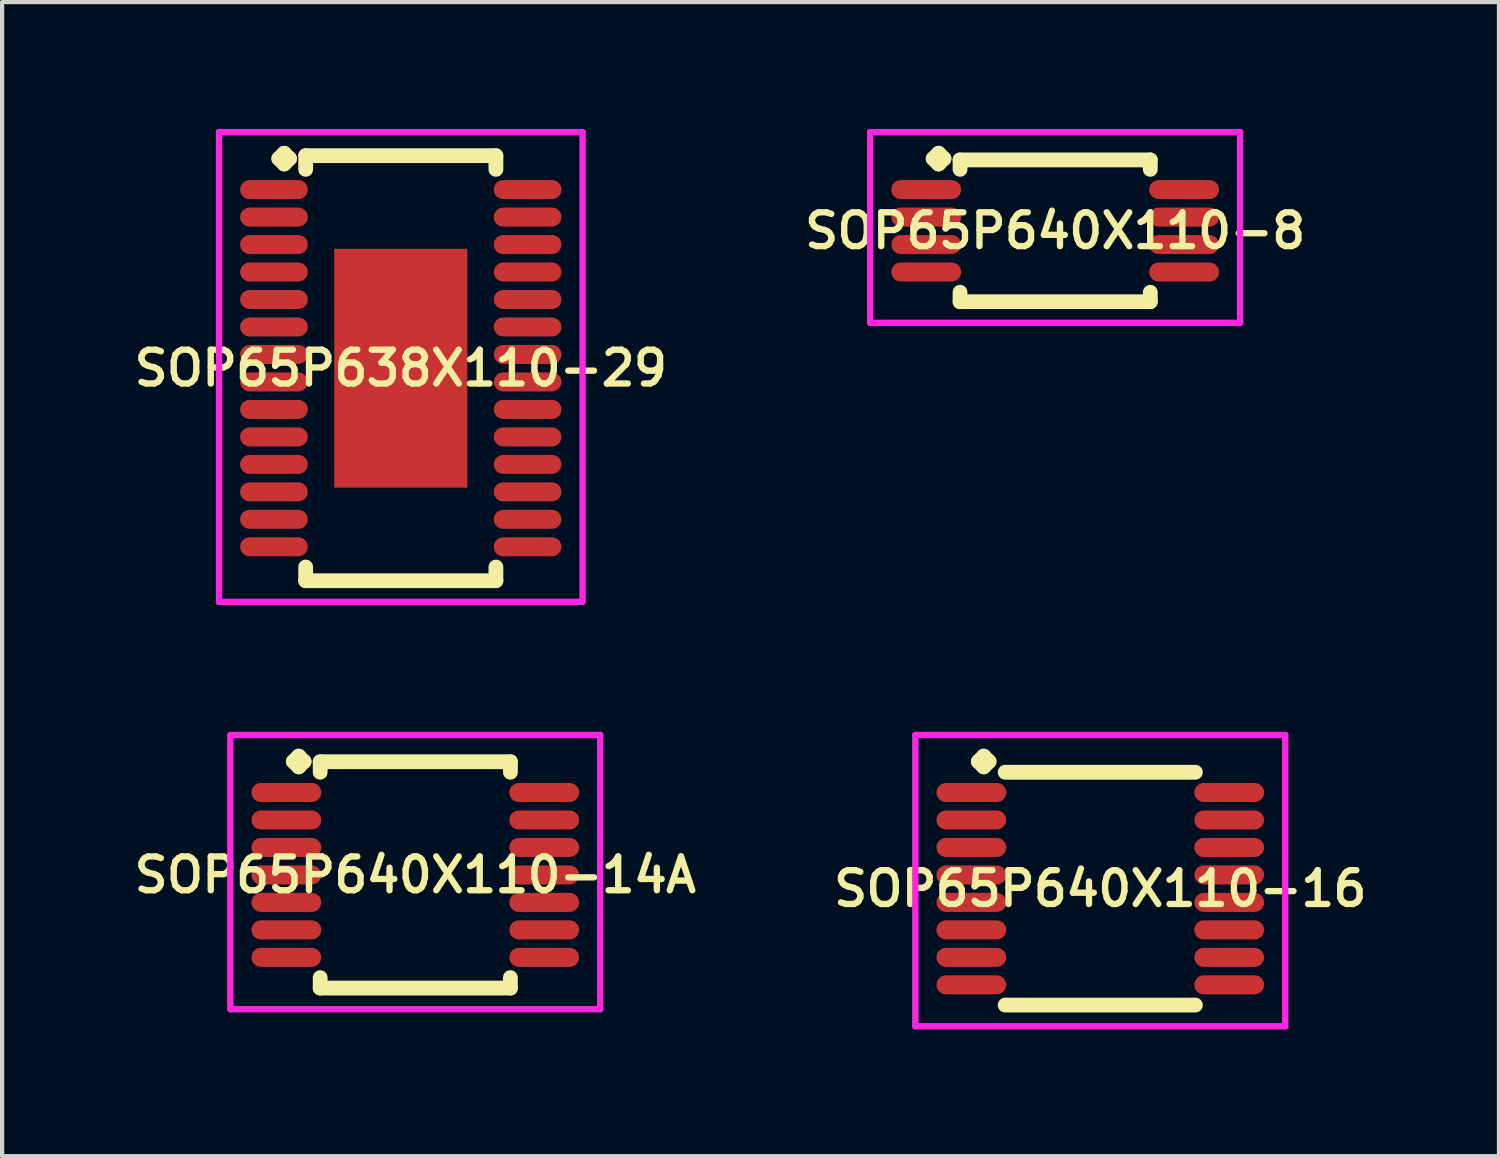
<source format=kicad_pcb>
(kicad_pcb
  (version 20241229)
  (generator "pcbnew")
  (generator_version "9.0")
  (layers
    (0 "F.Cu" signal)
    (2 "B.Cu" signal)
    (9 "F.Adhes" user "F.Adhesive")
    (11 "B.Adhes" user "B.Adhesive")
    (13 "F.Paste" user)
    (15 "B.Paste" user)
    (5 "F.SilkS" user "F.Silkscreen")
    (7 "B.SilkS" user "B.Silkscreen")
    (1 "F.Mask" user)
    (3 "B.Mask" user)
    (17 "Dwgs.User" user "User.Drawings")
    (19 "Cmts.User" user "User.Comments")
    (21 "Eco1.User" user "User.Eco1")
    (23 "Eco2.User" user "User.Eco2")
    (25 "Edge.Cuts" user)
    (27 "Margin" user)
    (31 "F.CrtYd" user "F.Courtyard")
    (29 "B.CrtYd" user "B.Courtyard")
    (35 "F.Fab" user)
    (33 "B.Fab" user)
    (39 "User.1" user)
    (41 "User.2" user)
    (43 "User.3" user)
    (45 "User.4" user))
  (footprint "SOP65P640X110-16"
    (layer "F.Cu")
    (at 22.978 17.972)
    (property "Reference" "SOP65P640X110-16" (at 0 0 0) (layer "F.SilkS") (effects (font (size 0.8 0.8) (thickness 0.15))))
    (attr smd)
    (fp_line (start -2.885 -3.008) (end -2.758 -3.135) (stroke (width 0.35) (type solid)) (layer "F.SilkS"))
    (fp_line (start -2.758 -3.135) (end -2.631 -3.008) (stroke (width 0.35) (type solid)) (layer "F.SilkS"))
    (fp_line (start -2.758 -2.881) (end -2.885 -3.008) (stroke (width 0.35) (type solid)) (layer "F.SilkS"))
    (fp_line (start -2.631 -3.008) (end -2.758 -2.881) (stroke (width 0.35) (type solid)) (layer "F.SilkS"))
    (fp_line (start -2.25 -2.754) (end 2.25 -2.754) (stroke (width 0.35) (type solid)) (layer "F.SilkS"))
    (fp_line (start -2.25 2.754) (end 2.25 2.754) (stroke (width 0.35) (type solid)) (layer "F.SilkS"))
    (fp_line (start -4.375 -3.635) (end 4.375 -3.635) (stroke (width 0.15) (type solid)) (layer "F.CrtYd"))
    (fp_line (start -4.375 3.254) (end -4.375 -3.635) (stroke (width 0.15) (type solid)) (layer "F.CrtYd"))
    (fp_line (start 4.375 -3.635) (end 4.375 3.254) (stroke (width 0.15) (type solid)) (layer "F.CrtYd"))
    (fp_line (start 4.375 3.254) (end -4.375 3.254) (stroke (width 0.15) (type solid)) (layer "F.CrtYd"))
    (pad "1" smd oval (at -3.05 -2.275) (size 1.65 0.45) (layers "F.Cu" "F.Mask" "F.Paste"))
    (pad "2" smd oval (at -3.05 -1.625) (size 1.65 0.45) (layers "F.Cu" "F.Mask" "F.Paste"))
    (pad "3" smd oval (at -3.05 -0.975) (size 1.65 0.45) (layers "F.Cu" "F.Mask" "F.Paste"))
    (pad "4" smd oval (at -3.05 -0.325) (size 1.65 0.45) (layers "F.Cu" "F.Mask" "F.Paste"))
    (pad "5" smd oval (at -3.05 0.325) (size 1.65 0.45) (layers "F.Cu" "F.Mask" "F.Paste"))
    (pad "6" smd oval (at -3.05 0.975) (size 1.65 0.45) (layers "F.Cu" "F.Mask" "F.Paste"))
    (pad "7" smd oval (at -3.05 1.625) (size 1.65 0.45) (layers "F.Cu" "F.Mask" "F.Paste"))
    (pad "8" smd oval (at -3.05 2.275) (size 1.65 0.45) (layers "F.Cu" "F.Mask" "F.Paste"))
    (pad "9" smd oval (at 3.05 2.275) (size 1.65 0.45) (layers "F.Cu" "F.Mask" "F.Paste"))
    (pad "10" smd oval (at 3.05 1.625) (size 1.65 0.45) (layers "F.Cu" "F.Mask" "F.Paste"))
    (pad "11" smd oval (at 3.05 0.975) (size 1.65 0.45) (layers "F.Cu" "F.Mask" "F.Paste"))
    (pad "12" smd oval (at 3.05 0.325) (size 1.65 0.45) (layers "F.Cu" "F.Mask" "F.Paste"))
    (pad "13" smd oval (at 3.05 -0.325) (size 1.65 0.45) (layers "F.Cu" "F.Mask" "F.Paste"))
    (pad "14" smd oval (at 3.05 -0.975) (size 1.65 0.45) (layers "F.Cu" "F.Mask" "F.Paste"))
    (pad "15" smd oval (at 3.05 -1.625) (size 1.65 0.45) (layers "F.Cu" "F.Mask" "F.Paste"))
    (pad "16" smd oval (at 3.05 -2.275) (size 1.65 0.45) (layers "F.Cu" "F.Mask" "F.Paste")))
  (footprint "SOP65P640X110-14A"
    (layer "F.Cu")
    (at 6.774 17.647)
    (property "Reference" "SOP65P640X110-14A" (at 0 0 0) (layer "F.SilkS") (effects (font (size 0.8 0.8) (thickness 0.15))))
    (attr smd)
    (fp_line (start -2.885 -2.683) (end -2.758 -2.81) (stroke (width 0.35) (type solid)) (layer "F.SilkS"))
    (fp_line (start -2.758 -2.81) (end -2.631 -2.683) (stroke (width 0.35) (type solid)) (layer "F.SilkS"))
    (fp_line (start -2.758 -2.556) (end -2.885 -2.683) (stroke (width 0.35) (type solid)) (layer "F.SilkS"))
    (fp_line (start -2.631 -2.683) (end -2.758 -2.556) (stroke (width 0.35) (type solid)) (layer "F.SilkS"))
    (fp_line (start -2.25 -2.677) (end 2.25 -2.677) (stroke (width 0.35) (type solid)) (layer "F.SilkS"))
    (fp_line (start -2.25 -2.429) (end -2.25 -2.677) (stroke (width 0.35) (type solid)) (layer "F.SilkS"))
    (fp_line (start -2.25 2.429) (end -2.25 2.677) (stroke (width 0.35) (type solid)) (layer "F.SilkS"))
    (fp_line (start -2.25 2.677) (end 2.25 2.677) (stroke (width 0.35) (type solid)) (layer "F.SilkS"))
    (fp_line (start 2.25 -2.677) (end 2.25 -2.429) (stroke (width 0.35) (type solid)) (layer "F.SilkS"))
    (fp_line (start 2.25 2.677) (end 2.25 2.429) (stroke (width 0.35) (type solid)) (layer "F.SilkS"))
    (fp_line (start -4.375 -3.31) (end 4.375 -3.31) (stroke (width 0.15) (type solid)) (layer "F.CrtYd"))
    (fp_line (start -4.375 3.177) (end -4.375 -3.31) (stroke (width 0.15) (type solid)) (layer "F.CrtYd"))
    (fp_line (start 4.375 -3.31) (end 4.375 3.177) (stroke (width 0.15) (type solid)) (layer "F.CrtYd"))
    (fp_line (start 4.375 3.177) (end -4.375 3.177) (stroke (width 0.15) (type solid)) (layer "F.CrtYd"))
    (pad "1" smd oval (at -3.05 -1.95) (size 1.65 0.45) (layers "F.Cu" "F.Mask" "F.Paste"))
    (pad "2" smd oval (at -3.05 -1.3) (size 1.65 0.45) (layers "F.Cu" "F.Mask" "F.Paste"))
    (pad "3" smd oval (at -3.05 -0.65) (size 1.65 0.45) (layers "F.Cu" "F.Mask" "F.Paste"))
    (pad "4" smd oval (at -3.05 0) (size 1.65 0.45) (layers "F.Cu" "F.Mask" "F.Paste"))
    (pad "5" smd oval (at -3.05 0.65) (size 1.65 0.45) (layers "F.Cu" "F.Mask" "F.Paste"))
    (pad "6" smd oval (at -3.05 1.3) (size 1.65 0.45) (layers "F.Cu" "F.Mask" "F.Paste"))
    (pad "7" smd oval (at -3.05 1.95) (size 1.65 0.45) (layers "F.Cu" "F.Mask" "F.Paste"))
    (pad "8" smd oval (at 3.05 1.95) (size 1.65 0.45) (layers "F.Cu" "F.Mask" "F.Paste"))
    (pad "9" smd oval (at 3.05 1.3) (size 1.65 0.45) (layers "F.Cu" "F.Mask" "F.Paste"))
    (pad "10" smd oval (at 3.05 0.65) (size 1.65 0.45) (layers "F.Cu" "F.Mask" "F.Paste"))
    (pad "11" smd oval (at 3.05 0) (size 1.65 0.45) (layers "F.Cu" "F.Mask" "F.Paste"))
    (pad "12" smd oval (at 3.05 -0.65) (size 1.65 0.45) (layers "F.Cu" "F.Mask" "F.Paste"))
    (pad "13" smd oval (at 3.05 -1.3) (size 1.65 0.45) (layers "F.Cu" "F.Mask" "F.Paste"))
    (pad "14" smd oval (at 3.05 -1.95) (size 1.65 0.45) (layers "F.Cu" "F.Mask" "F.Paste")))
  (footprint "SOP65P638X110-29"
    (layer "F.Cu")
    (at 6.431 5.66)
    (property "Reference" "SOP65P638X110-29" (at 0 0 0) (layer "F.SilkS") (effects (font (size 0.8 0.8) (thickness 0.15))))
    (attr smd)
    (fp_line (start -2.885 -4.958) (end -2.758 -5.085) (stroke (width 0.35) (type solid)) (layer "F.SilkS"))
    (fp_line (start -2.758 -5.085) (end -2.631 -4.958) (stroke (width 0.35) (type solid)) (layer "F.SilkS"))
    (fp_line (start -2.758 -4.831) (end -2.885 -4.958) (stroke (width 0.35) (type solid)) (layer "F.SilkS"))
    (fp_line (start -2.631 -4.958) (end -2.758 -4.831) (stroke (width 0.35) (type solid)) (layer "F.SilkS"))
    (fp_line (start -2.25 -5.027) (end 2.25 -5.027) (stroke (width 0.35) (type solid)) (layer "F.SilkS"))
    (fp_line (start -2.25 -4.704) (end -2.25 -5.027) (stroke (width 0.35) (type solid)) (layer "F.SilkS"))
    (fp_line (start -2.25 4.704) (end -2.25 5.027) (stroke (width 0.35) (type solid)) (layer "F.SilkS"))
    (fp_line (start -2.25 5.027) (end 2.25 5.027) (stroke (width 0.35) (type solid)) (layer "F.SilkS"))
    (fp_line (start 2.25 -5.027) (end 2.25 -4.704) (stroke (width 0.35) (type solid)) (layer "F.SilkS"))
    (fp_line (start 2.25 5.027) (end 2.25 4.704) (stroke (width 0.35) (type solid)) (layer "F.SilkS"))
    (fp_line (start -4.3 -5.585) (end 4.3 -5.585) (stroke (width 0.15) (type solid)) (layer "F.CrtYd"))
    (fp_line (start -4.3 5.527) (end -4.3 -5.585) (stroke (width 0.15) (type solid)) (layer "F.CrtYd"))
    (fp_line (start 4.3 -5.585) (end 4.3 5.527) (stroke (width 0.15) (type solid)) (layer "F.CrtYd"))
    (fp_line (start 4.3 5.527) (end -4.3 5.527) (stroke (width 0.15) (type solid)) (layer "F.CrtYd"))
    (pad "1" smd oval (at -3 -4.225) (size 1.6 0.45) (layers "F.Cu" "F.Mask" "F.Paste"))
    (pad "2" smd oval (at -3 -3.575) (size 1.6 0.45) (layers "F.Cu" "F.Mask" "F.Paste"))
    (pad "3" smd oval (at -3 -2.925) (size 1.6 0.45) (layers "F.Cu" "F.Mask" "F.Paste"))
    (pad "4" smd oval (at -3 -2.275) (size 1.6 0.45) (layers "F.Cu" "F.Mask" "F.Paste"))
    (pad "5" smd oval (at -3 -1.625) (size 1.6 0.45) (layers "F.Cu" "F.Mask" "F.Paste"))
    (pad "6" smd oval (at -3 -0.975) (size 1.6 0.45) (layers "F.Cu" "F.Mask" "F.Paste"))
    (pad "7" smd oval (at -3 -0.325) (size 1.6 0.45) (layers "F.Cu" "F.Mask" "F.Paste"))
    (pad "8" smd oval (at -3 0.325) (size 1.6 0.45) (layers "F.Cu" "F.Mask" "F.Paste"))
    (pad "9" smd oval (at -3 0.975) (size 1.6 0.45) (layers "F.Cu" "F.Mask" "F.Paste"))
    (pad "10" smd oval (at -3 1.625) (size 1.6 0.45) (layers "F.Cu" "F.Mask" "F.Paste"))
    (pad "11" smd oval (at -3 2.275) (size 1.6 0.45) (layers "F.Cu" "F.Mask" "F.Paste"))
    (pad "12" smd oval (at -3 2.925) (size 1.6 0.45) (layers "F.Cu" "F.Mask" "F.Paste"))
    (pad "13" smd oval (at -3 3.575) (size 1.6 0.45) (layers "F.Cu" "F.Mask" "F.Paste"))
    (pad "14" smd oval (at -3 4.225) (size 1.6 0.45) (layers "F.Cu" "F.Mask" "F.Paste"))
    (pad "15" smd oval (at 3 4.225) (size 1.6 0.45) (layers "F.Cu" "F.Mask" "F.Paste"))
    (pad "16" smd oval (at 3 3.575) (size 1.6 0.45) (layers "F.Cu" "F.Mask" "F.Paste"))
    (pad "17" smd oval (at 3 2.925) (size 1.6 0.45) (layers "F.Cu" "F.Mask" "F.Paste"))
    (pad "18" smd oval (at 3 2.275) (size 1.6 0.45) (layers "F.Cu" "F.Mask" "F.Paste"))
    (pad "19" smd oval (at 3 1.625) (size 1.6 0.45) (layers "F.Cu" "F.Mask" "F.Paste"))
    (pad "20" smd oval (at 3 0.975) (size 1.6 0.45) (layers "F.Cu" "F.Mask" "F.Paste"))
    (pad "21" smd oval (at 3 0.325) (size 1.6 0.45) (layers "F.Cu" "F.Mask" "F.Paste"))
    (pad "22" smd oval (at 3 -0.325) (size 1.6 0.45) (layers "F.Cu" "F.Mask" "F.Paste"))
    (pad "23" smd oval (at 3 -0.975) (size 1.6 0.45) (layers "F.Cu" "F.Mask" "F.Paste"))
    (pad "24" smd oval (at 3 -1.625) (size 1.6 0.45) (layers "F.Cu" "F.Mask" "F.Paste"))
    (pad "25" smd oval (at 3 -2.275) (size 1.6 0.45) (layers "F.Cu" "F.Mask" "F.Paste"))
    (pad "26" smd oval (at 3 -2.925) (size 1.6 0.45) (layers "F.Cu" "F.Mask" "F.Paste"))
    (pad "27" smd oval (at 3 -3.575) (size 1.6 0.45) (layers "F.Cu" "F.Mask" "F.Paste"))
    (pad "28" smd oval (at 3 -4.225) (size 1.6 0.45) (layers "F.Cu" "F.Mask" "F.Paste"))
    (pad "29" smd rect (at 0 0) (size 3.15 5.65) (layers "F.Cu" "F.Mask" "F.Paste")))
  (footprint "SOP65P640X110-8"
    (layer "F.Cu")
    (at 21.911 2.41)
    (property "Reference" "SOP65P640X110-8" (at 0 0 0) (layer "F.SilkS") (effects (font (size 0.8 0.8) (thickness 0.15))))
    (attr smd)
    (fp_line (start -2.885 -1.708) (end -2.758 -1.835) (stroke (width 0.35) (type solid)) (layer "F.SilkS"))
    (fp_line (start -2.758 -1.835) (end -2.631 -1.708) (stroke (width 0.35) (type solid)) (layer "F.SilkS"))
    (fp_line (start -2.758 -1.581) (end -2.885 -1.708) (stroke (width 0.35) (type solid)) (layer "F.SilkS"))
    (fp_line (start -2.631 -1.708) (end -2.758 -1.581) (stroke (width 0.35) (type solid)) (layer "F.SilkS"))
    (fp_line (start -2.25 -1.677) (end 2.25 -1.677) (stroke (width 0.35) (type solid)) (layer "F.SilkS"))
    (fp_line (start -2.25 -1.454) (end -2.25 -1.677) (stroke (width 0.35) (type solid)) (layer "F.SilkS"))
    (fp_line (start -2.25 1.454) (end -2.25 1.677) (stroke (width 0.35) (type solid)) (layer "F.SilkS"))
    (fp_line (start -2.25 1.677) (end 2.25 1.677) (stroke (width 0.35) (type solid)) (layer "F.SilkS"))
    (fp_line (start 2.25 -1.677) (end 2.25 -1.454) (stroke (width 0.35) (type solid)) (layer "F.SilkS"))
    (fp_line (start 2.25 1.677) (end 2.25 1.454) (stroke (width 0.35) (type solid)) (layer "F.SilkS"))
    (fp_line (start -4.375 -2.335) (end 4.375 -2.335) (stroke (width 0.15) (type solid)) (layer "F.CrtYd"))
    (fp_line (start -4.375 2.177) (end -4.375 -2.335) (stroke (width 0.15) (type solid)) (layer "F.CrtYd"))
    (fp_line (start 4.375 -2.335) (end 4.375 2.177) (stroke (width 0.15) (type solid)) (layer "F.CrtYd"))
    (fp_line (start 4.375 2.177) (end -4.375 2.177) (stroke (width 0.15) (type solid)) (layer "F.CrtYd"))
    (pad "1" smd oval (at -3.05 -0.975) (size 1.65 0.45) (layers "F.Cu" "F.Mask" "F.Paste"))
    (pad "2" smd oval (at -3.05 -0.325) (size 1.65 0.45) (layers "F.Cu" "F.Mask" "F.Paste"))
    (pad "3" smd oval (at -3.05 0.325) (size 1.65 0.45) (layers "F.Cu" "F.Mask" "F.Paste"))
    (pad "4" smd oval (at -3.05 0.975) (size 1.65 0.45) (layers "F.Cu" "F.Mask" "F.Paste"))
    (pad "5" smd oval (at 3.05 0.975) (size 1.65 0.45) (layers "F.Cu" "F.Mask" "F.Paste"))
    (pad "6" smd oval (at 3.05 0.325) (size 1.65 0.45) (layers "F.Cu" "F.Mask" "F.Paste"))
    (pad "7" smd oval (at 3.05 -0.325) (size 1.65 0.45) (layers "F.Cu" "F.Mask" "F.Paste"))
    (pad "8" smd oval (at 3.05 -0.975) (size 1.65 0.45) (layers "F.Cu" "F.Mask" "F.Paste")))
  (gr_rect
    (start -3 -3)
    (end 32.409 24.301)
    (stroke (width 0.1) (type default))
    (fill no)
    (layer "Edge.Cuts")))
</source>
